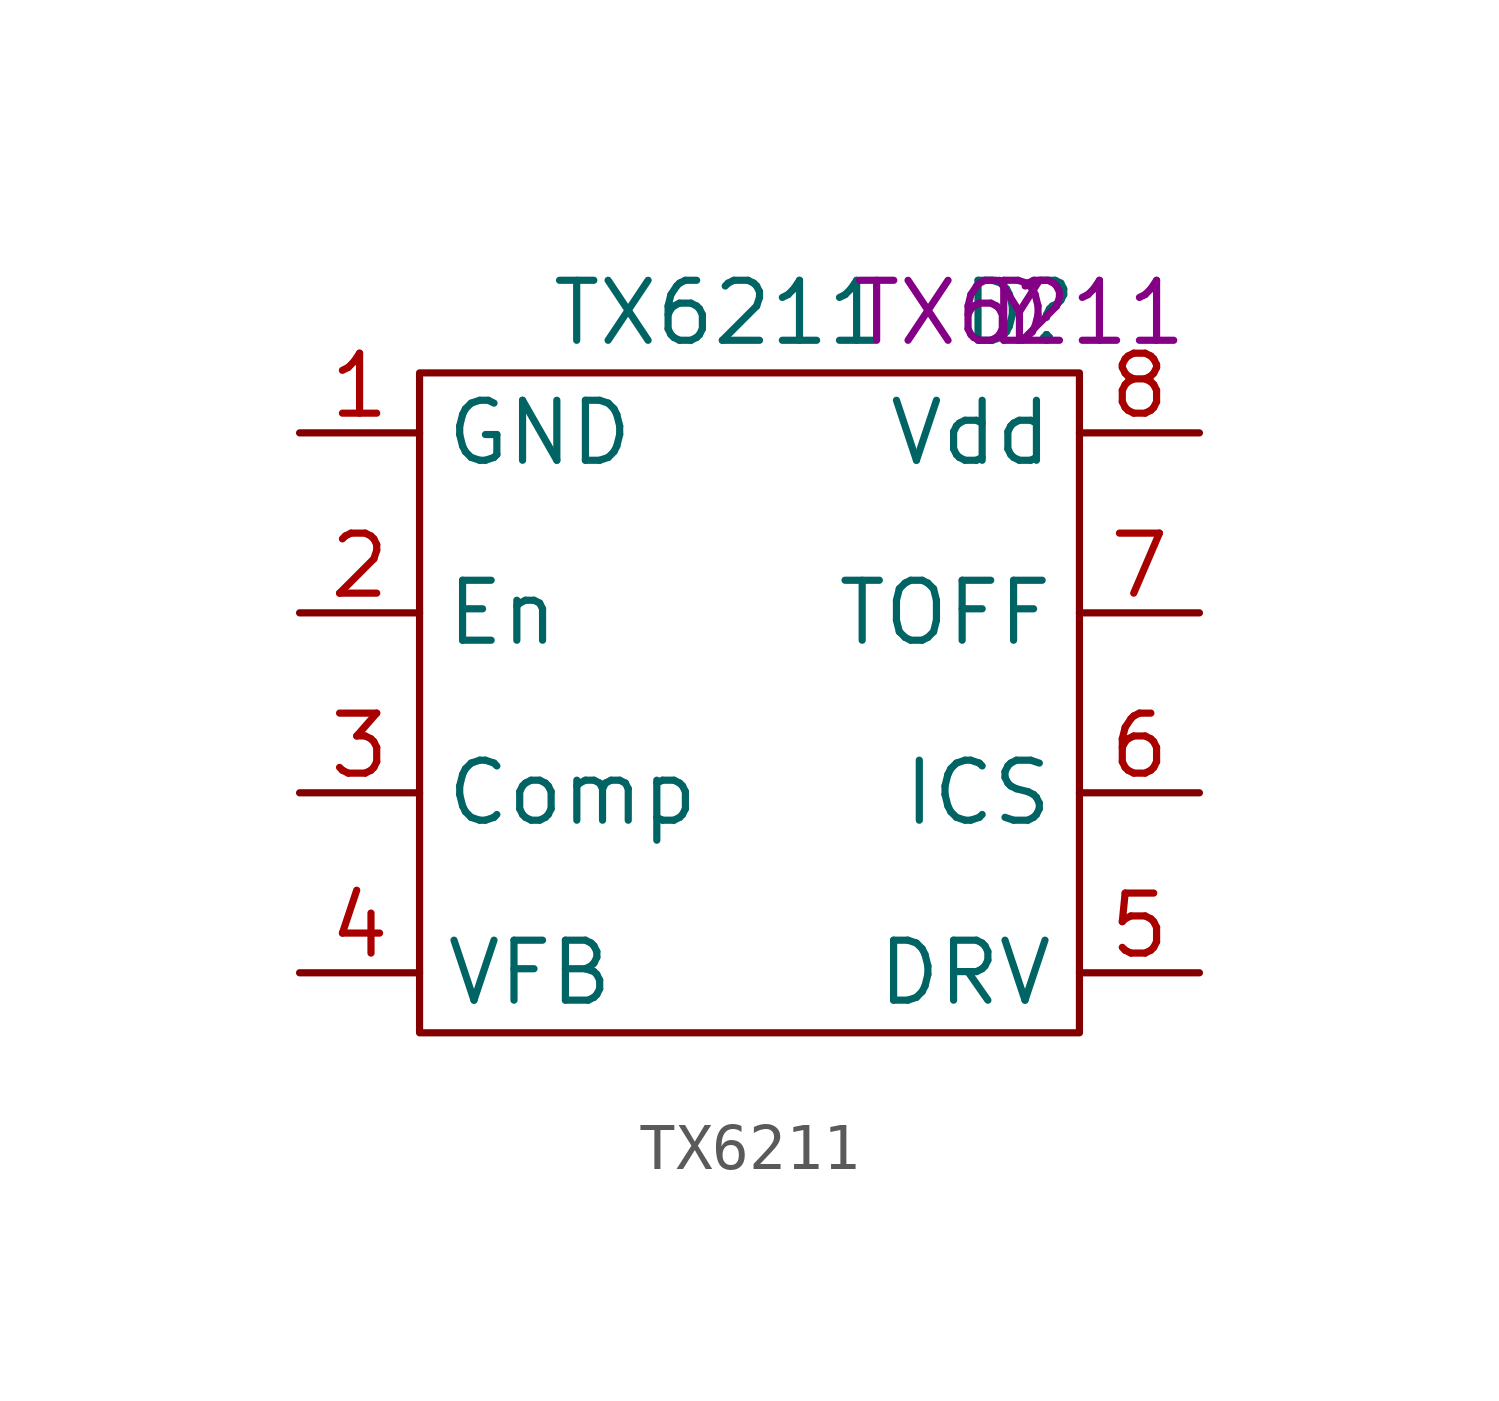
<source format=kicad_sym>
(kicad_symbol_lib
  (version 20211014)
  (generator kicad_symbol_editor)
  (symbol "TX6211"
    (property "Reference" "D"
      (at 12.7 -2.54 0)
      (effects (font (size 1.27 1.27))))
    (property "Value" "TX6211"
      (at 6.35 -2.54 0)
      (effects (font (size 1.27 1.27))))
    (property "Spice_Primitive" "D"
      (at 12.7 -2.54 0)
      (effects (font (size 1.27 1.27))))
    (property "Spice_Model" "TX6211"
      (at 12.7 -2.54 0)
      (effects (font (size 1.27 1.27))))
    (property "Spice_Netlist_Enabled" "Y"
      (at 12.7 -2.54 0)
      (effects (font (size 1.27 1.27))))
    (symbol "TX6211_0_1"
      (polyline (pts (xy 0 -3.81) (xy 0 -17.78) (xy 13.97 -17.78) (xy 13.97 -3.81) (xy 0 -3.81)) (stroke (width 0) (type default) (color 0 0 0 0)) (fill (type none))))
    (symbol "TX6211_1_1"
      (pin input line (at -2.54 -5.08 0) (length 2.54) (name "GND" (effects (font (size 1.27 1.27)))) (number "1" (effects (font (size 1.27 1.27)))))
      (pin input line (at -2.54 -8.89 0) (length 2.54) (name "En" (effects (font (size 1.27 1.27)))) (number "2" (effects (font (size 1.27 1.27)))))
      (pin input line (at -2.54 -12.7 0) (length 2.54) (name "Comp" (effects (font (size 1.27 1.27)))) (number "3" (effects (font (size 1.27 1.27)))))
      (pin input line (at -2.54 -16.51 0) (length 2.54) (name "VFB" (effects (font (size 1.27 1.27)))) (number "4" (effects (font (size 1.27 1.27)))))
      (pin input line (at 16.51 -16.51 180) (length 2.54) (name "DRV" (effects (font (size 1.27 1.27)))) (number "5" (effects (font (size 1.27 1.27)))))
      (pin input line (at 16.51 -12.7 180) (length 2.54) (name "ICS" (effects (font (size 1.27 1.27)))) (number "6" (effects (font (size 1.27 1.27)))))
      (pin input line (at 16.51 -8.89 180) (length 2.54) (name "TOFF" (effects (font (size 1.27 1.27)))) (number "7" (effects (font (size 1.27 1.27)))))
      (pin input line (at 16.51 -5.08 180) (length 2.54) (name "Vdd" (effects (font (size 1.27 1.27)))) (number "8" (effects (font (size 1.27 1.27))))))))
</source>
